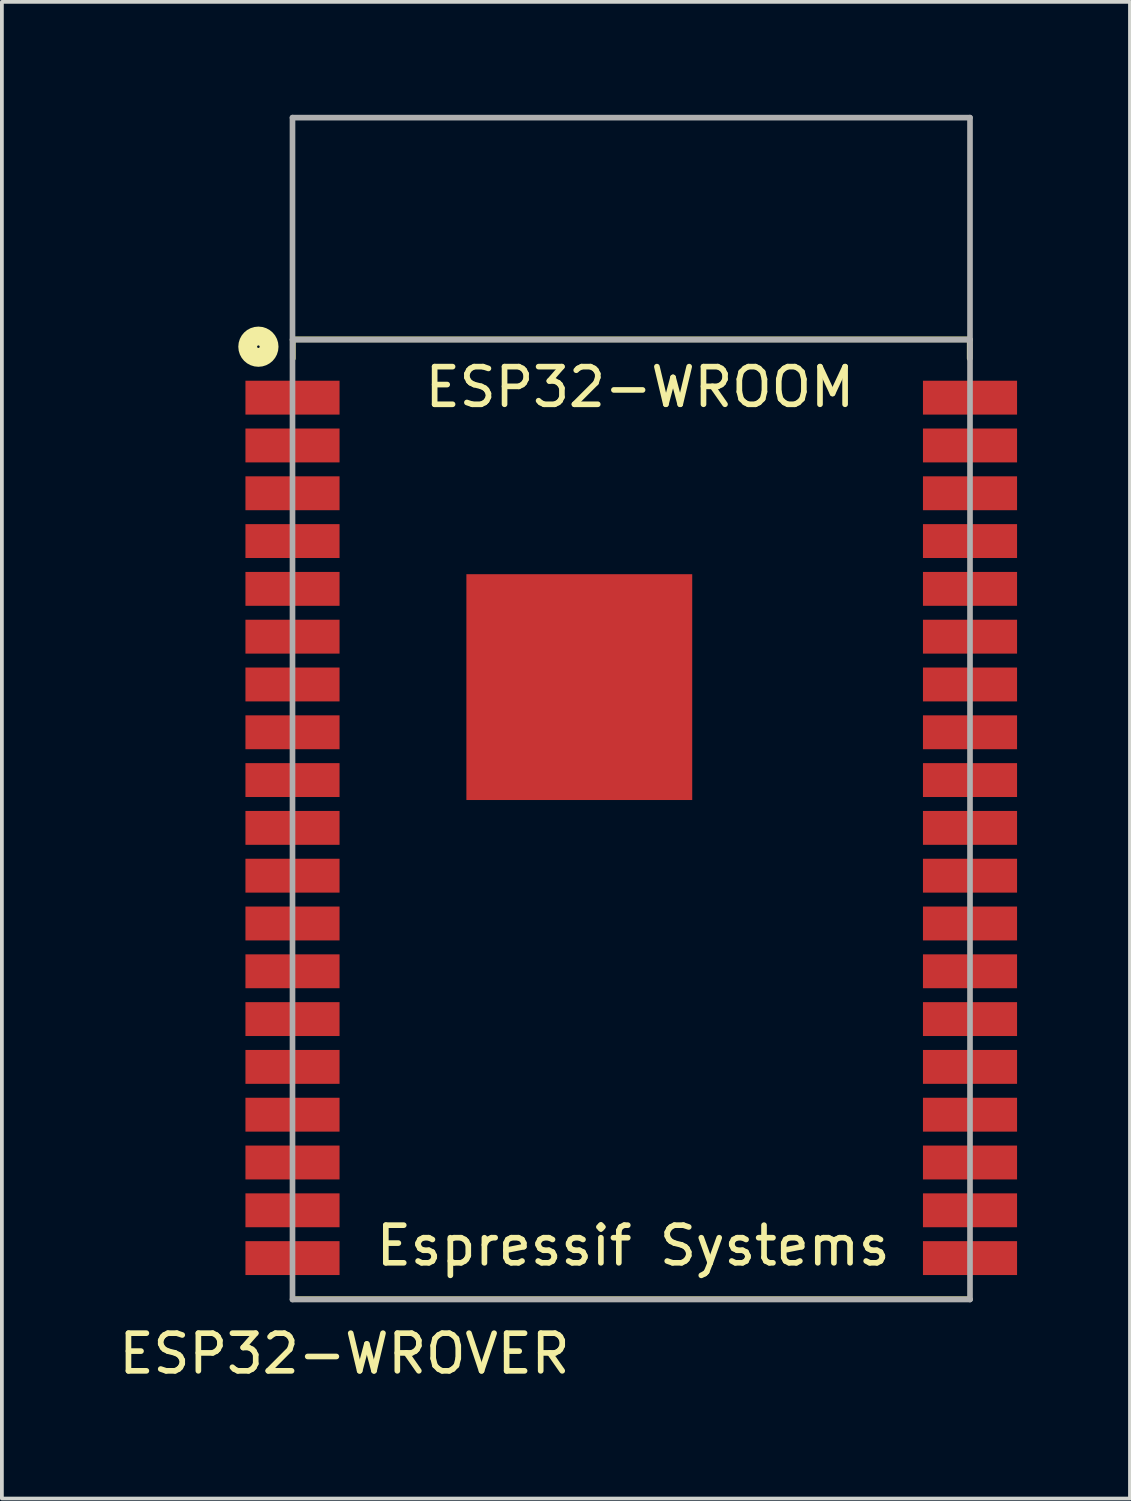
<source format=kicad_pcb>
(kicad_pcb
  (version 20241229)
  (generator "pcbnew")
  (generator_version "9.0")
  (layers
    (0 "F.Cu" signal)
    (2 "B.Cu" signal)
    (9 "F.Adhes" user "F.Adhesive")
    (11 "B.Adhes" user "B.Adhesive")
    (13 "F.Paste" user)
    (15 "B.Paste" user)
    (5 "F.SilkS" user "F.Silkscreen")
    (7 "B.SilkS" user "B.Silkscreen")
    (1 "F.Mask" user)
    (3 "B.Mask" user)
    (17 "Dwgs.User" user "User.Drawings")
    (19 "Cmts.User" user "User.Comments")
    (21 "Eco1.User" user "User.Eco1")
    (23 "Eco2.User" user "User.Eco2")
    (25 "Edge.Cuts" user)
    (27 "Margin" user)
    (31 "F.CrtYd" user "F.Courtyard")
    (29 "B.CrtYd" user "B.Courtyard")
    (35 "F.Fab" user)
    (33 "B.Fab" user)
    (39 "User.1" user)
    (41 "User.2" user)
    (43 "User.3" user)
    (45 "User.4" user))
  (footprint "ESP32-WROVER"
    (layer "F.Cu")
    (at 13.721 30.375)
    (property "Reference" "ESP32-WROVER" (at -7.62 2.54 180) (layer "F.SilkS") (effects (font (size 1 1) (thickness 0.15))))
    (attr through_hole)
    (fp_line (start -8.992 -24.409) (end -8.992 -23.901) (stroke (width 0.15) (type solid)) (layer "F.SilkS"))
    (fp_line (start -8.992 -24.409) (end 8.992 -24.409) (stroke (width 0.15) (type solid)) (layer "F.SilkS"))
    (fp_line (start -8.992 1.092) (end 8.992 1.092) (stroke (width 0.15) (type solid)) (layer "F.SilkS"))
    (fp_line (start 8.992 -24.409) (end 8.992 -23.901) (stroke (width 0.15) (type solid)) (layer "F.SilkS"))
    (fp_circle (center -9.906 -24.214) (end -10.033 -24.468) (stroke (width 0.5) (type solid)) (fill no) (layer "F.SilkS"))
    (fp_line (start -9 -30.3) (end -9 1.1) (stroke (width 0.15) (type solid)) (layer "F.Fab"))
    (fp_line (start -9 -24.4) (end 9 -24.4) (stroke (width 0.15) (type solid)) (layer "F.Fab"))
    (fp_line (start -9 1.1) (end 9 1.1) (stroke (width 0.15) (type solid)) (layer "F.Fab"))
    (fp_line (start 9 -30.3) (end -9 -30.3) (stroke (width 0.15) (type solid)) (layer "F.Fab"))
    (fp_line (start 9 1.1) (end 9 -30.3) (stroke (width 0.15) (type solid)) (layer "F.Fab"))
    (fp_text user "ESP32-WROOM" (at 0.229 -23.139 0) (layer "F.SilkS") (effects (font (size 1 1) (thickness 0.15))))
    (fp_text user "Espressif Systems" (at 0.051 -0.33 0) (layer "F.SilkS") (effects (font (size 1 1) (thickness 0.15))))
    (pad "1" smd rect (at -9 -22.86 180) (size 2.5 0.9) (layers "F.Cu" "F.Mask" "F.Paste"))
    (pad "2" smd rect (at -9 -21.59 180) (size 2.5 0.9) (layers "F.Cu" "F.Mask" "F.Paste"))
    (pad "3" smd rect (at -9 -20.32 180) (size 2.5 0.9) (layers "F.Cu" "F.Mask" "F.Paste"))
    (pad "4" smd rect (at -9 -19.05 180) (size 2.5 0.9) (layers "F.Cu" "F.Mask" "F.Paste"))
    (pad "5" smd rect (at -9 -17.78 180) (size 2.5 0.9) (layers "F.Cu" "F.Mask" "F.Paste"))
    (pad "6" smd rect (at -9 -16.51 180) (size 2.5 0.9) (layers "F.Cu" "F.Mask" "F.Paste"))
    (pad "7" smd rect (at -9 -15.24 180) (size 2.5 0.9) (layers "F.Cu" "F.Mask" "F.Paste"))
    (pad "8" smd rect (at -9 -13.97 180) (size 2.5 0.9) (layers "F.Cu" "F.Mask" "F.Paste"))
    (pad "9" smd rect (at -9 -12.7 180) (size 2.5 0.9) (layers "F.Cu" "F.Mask" "F.Paste"))
    (pad "10" smd rect (at -9 -11.43 180) (size 2.5 0.9) (layers "F.Cu" "F.Mask" "F.Paste"))
    (pad "11" smd rect (at -9 -10.16 180) (size 2.5 0.9) (layers "F.Cu" "F.Mask" "F.Paste"))
    (pad "12" smd rect (at -9 -8.89 180) (size 2.5 0.9) (layers "F.Cu" "F.Mask" "F.Paste"))
    (pad "13" smd rect (at -9 -7.62 180) (size 2.5 0.9) (layers "F.Cu" "F.Mask" "F.Paste"))
    (pad "14" smd rect (at -9 -6.35 180) (size 2.5 0.9) (layers "F.Cu" "F.Mask" "F.Paste"))
    (pad "15" smd rect (at -9 -5.08 270) (size 0.9 2.5) (layers "F.Cu" "F.Mask" "F.Paste"))
    (pad "16" smd rect (at -9 -3.81 270) (size 0.9 2.5) (layers "F.Cu" "F.Mask" "F.Paste"))
    (pad "17" smd rect (at -9 -2.54 270) (size 0.9 2.5) (layers "F.Cu" "F.Mask" "F.Paste"))
    (pad "18" smd rect (at -9 -1.27 270) (size 0.9 2.5) (layers "F.Cu" "F.Mask" "F.Paste"))
    (pad "19" smd rect (at -9 0 270) (size 0.9 2.5) (layers "F.Cu" "F.Mask" "F.Paste"))
    (pad "20" smd rect (at 9 0 270) (size 0.9 2.5) (layers "F.Cu" "F.Mask" "F.Paste"))
    (pad "21" smd rect (at 9 -1.27 270) (size 0.9 2.5) (layers "F.Cu" "F.Mask" "F.Paste"))
    (pad "22" smd rect (at 9 -2.54 270) (size 0.9 2.5) (layers "F.Cu" "F.Mask" "F.Paste"))
    (pad "23" smd rect (at 9 -3.81 270) (size 0.9 2.5) (layers "F.Cu" "F.Mask" "F.Paste"))
    (pad "24" smd rect (at 9 -5.08 270) (size 0.9 2.5) (layers "F.Cu" "F.Mask" "F.Paste"))
    (pad "25" smd rect (at 9 -6.35 180) (size 2.5 0.9) (layers "F.Cu" "F.Mask" "F.Paste"))
    (pad "26" smd rect (at 9 -7.62 180) (size 2.5 0.9) (layers "F.Cu" "F.Mask" "F.Paste"))
    (pad "27" smd rect (at 9 -8.89 180) (size 2.5 0.9) (layers "F.Cu" "F.Mask" "F.Paste"))
    (pad "28" smd rect (at 9 -10.16 180) (size 2.5 0.9) (layers "F.Cu" "F.Mask" "F.Paste"))
    (pad "29" smd rect (at 9 -11.43 180) (size 2.5 0.9) (layers "F.Cu" "F.Mask" "F.Paste"))
    (pad "30" smd rect (at 9 -12.7 180) (size 2.5 0.9) (layers "F.Cu" "F.Mask" "F.Paste"))
    (pad "31" smd rect (at 9 -13.97 180) (size 2.5 0.9) (layers "F.Cu" "F.Mask" "F.Paste"))
    (pad "32" smd rect (at 9 -15.24 180) (size 2.5 0.9) (layers "F.Cu" "F.Mask" "F.Paste"))
    (pad "33" smd rect (at 9 -16.51 180) (size 2.5 0.9) (layers "F.Cu" "F.Mask" "F.Paste"))
    (pad "34" smd rect (at 9 -17.78 180) (size 2.5 0.9) (layers "F.Cu" "F.Mask" "F.Paste"))
    (pad "35" smd rect (at 9 -19.05 180) (size 2.5 0.9) (layers "F.Cu" "F.Mask" "F.Paste"))
    (pad "36" smd rect (at 9 -20.32 180) (size 2.5 0.9) (layers "F.Cu" "F.Mask" "F.Paste"))
    (pad "37" smd rect (at 9 -21.59 180) (size 2.5 0.9) (layers "F.Cu" "F.Mask" "F.Paste"))
    (pad "38" smd rect (at 9 -22.86 180) (size 2.5 0.9) (layers "F.Cu" "F.Mask" "F.Paste"))
    (pad "39" smd rect (at -1.38 -15.17 180) (size 6 6) (layers "F.Cu" "F.Mask" "F.Paste")))
  (gr_rect
    (start -3 -3)
    (end 26.971 36.763)
    (stroke (width 0.1) (type default))
    (fill no)
    (layer "Edge.Cuts")))
</source>
